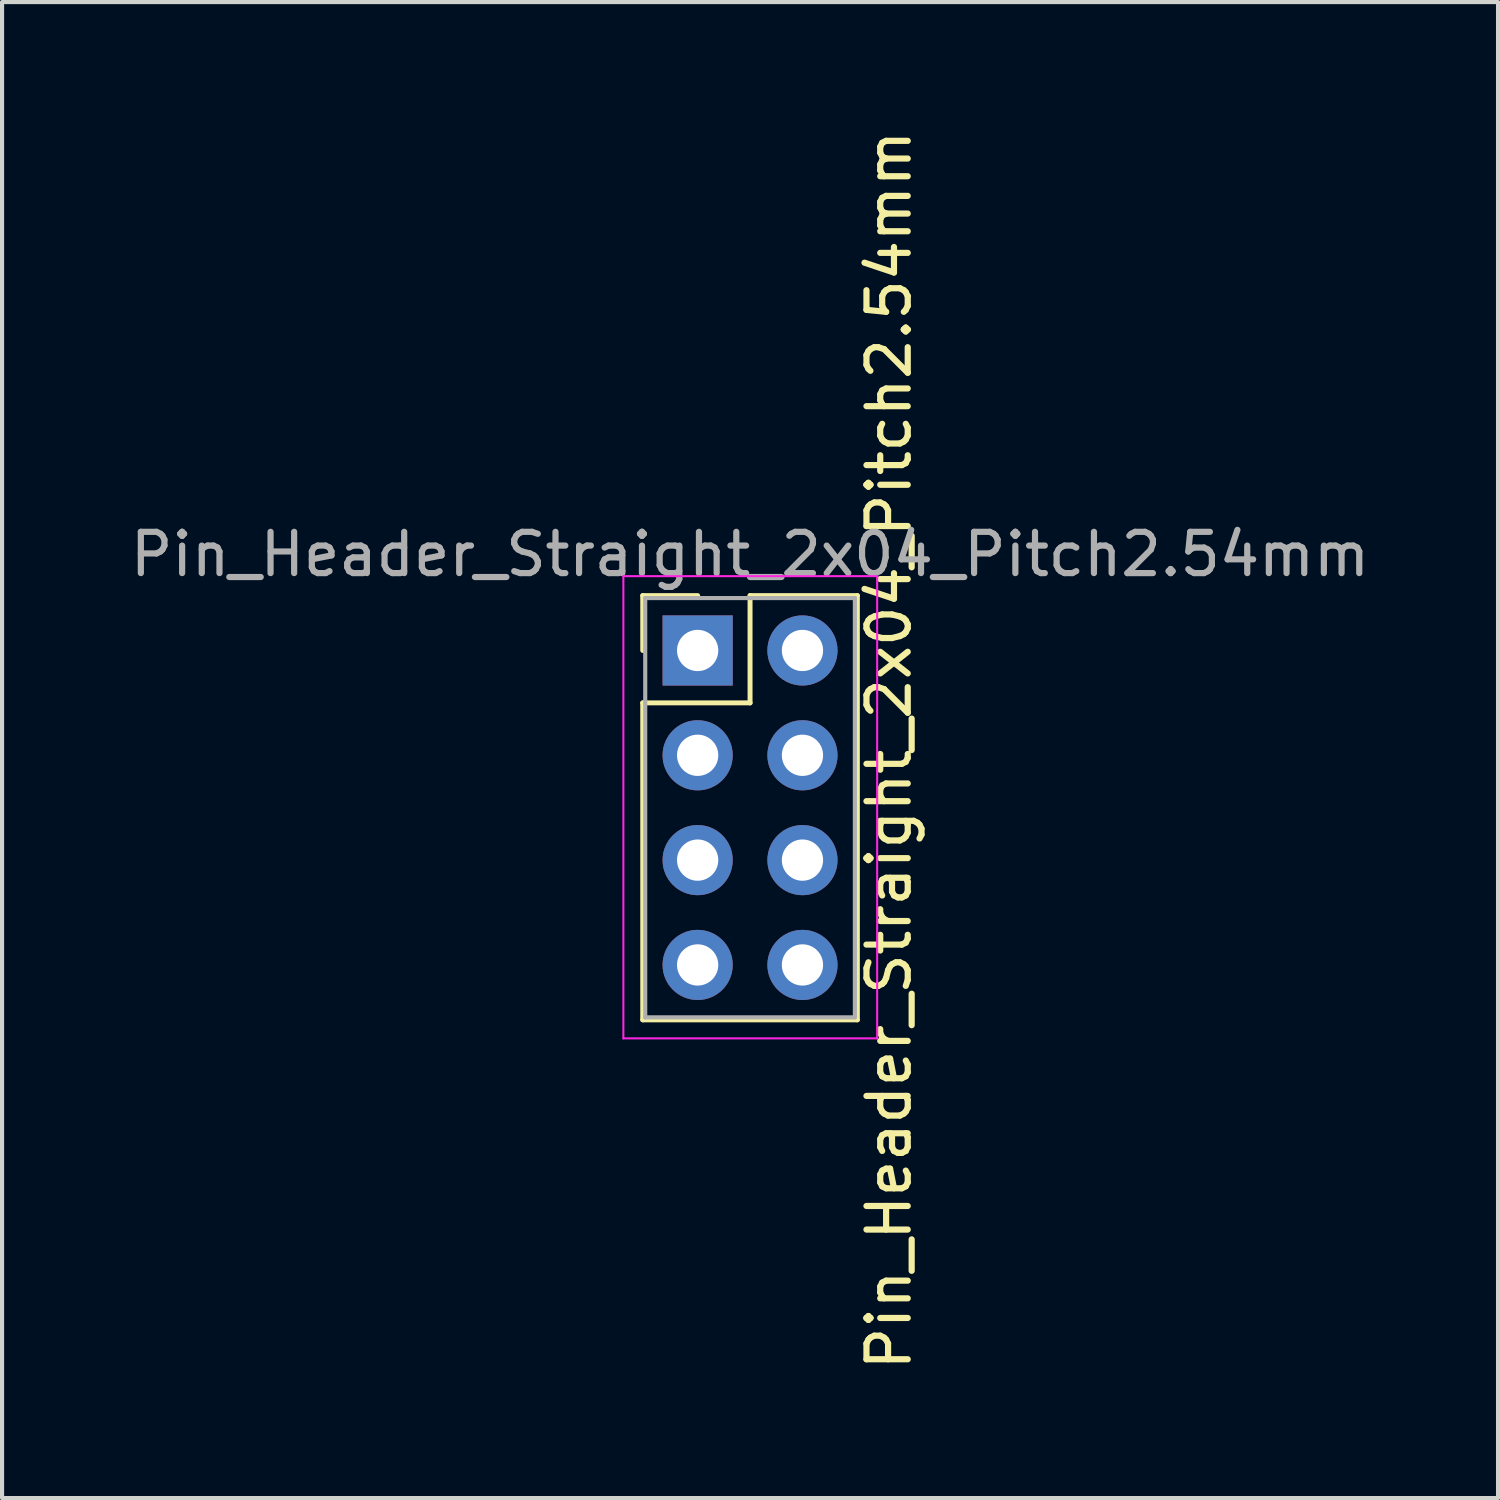
<source format=kicad_pcb>
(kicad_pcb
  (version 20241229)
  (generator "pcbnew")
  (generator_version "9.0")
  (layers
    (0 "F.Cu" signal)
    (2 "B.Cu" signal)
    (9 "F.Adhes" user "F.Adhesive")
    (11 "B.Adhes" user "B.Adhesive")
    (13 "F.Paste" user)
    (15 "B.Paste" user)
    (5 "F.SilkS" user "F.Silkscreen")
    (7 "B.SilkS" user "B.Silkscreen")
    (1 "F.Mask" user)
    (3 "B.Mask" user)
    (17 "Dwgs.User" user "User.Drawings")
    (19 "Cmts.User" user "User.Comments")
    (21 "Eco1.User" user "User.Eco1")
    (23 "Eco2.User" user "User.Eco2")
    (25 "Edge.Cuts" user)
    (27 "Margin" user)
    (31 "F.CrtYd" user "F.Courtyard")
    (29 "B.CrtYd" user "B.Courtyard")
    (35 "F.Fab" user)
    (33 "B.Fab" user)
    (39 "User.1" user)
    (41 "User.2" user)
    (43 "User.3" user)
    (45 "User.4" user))
  (footprint "Pin_Header_Straight_2x04_Pitch2.54mm"
    (layer "F.Cu")
    (at 13.855 12.712)
    (property "Reference" "Pin_Header_Straight_2x04_Pitch2.54mm" (at 4.636 2.413 90) (layer "F.SilkS") (effects (font (size 1 1) (thickness 0.15))))
    (attr through_hole)
    (fp_line (start -1.33 -1.33) (end 0 -1.33) (stroke (width 0.12) (type solid)) (layer "F.SilkS"))
    (fp_line (start -1.33 0) (end -1.33 -1.33) (stroke (width 0.12) (type solid)) (layer "F.SilkS"))
    (fp_line (start -1.33 1.27) (end -1.33 8.95) (stroke (width 0.12) (type solid)) (layer "F.SilkS"))
    (fp_line (start -1.33 8.95) (end 3.87 8.95) (stroke (width 0.12) (type solid)) (layer "F.SilkS"))
    (fp_line (start 1.27 -1.33) (end 1.27 1.27) (stroke (width 0.12) (type solid)) (layer "F.SilkS"))
    (fp_line (start 1.27 1.27) (end -1.33 1.27) (stroke (width 0.12) (type solid)) (layer "F.SilkS"))
    (fp_line (start 3.87 -1.33) (end 1.27 -1.33) (stroke (width 0.12) (type solid)) (layer "F.SilkS"))
    (fp_line (start 3.87 8.95) (end 3.87 -1.33) (stroke (width 0.12) (type solid)) (layer "F.SilkS"))
    (fp_line (start -1.8 -1.8) (end -1.8 9.4) (stroke (width 0.05) (type solid)) (layer "F.CrtYd"))
    (fp_line (start -1.8 9.4) (end 4.35 9.4) (stroke (width 0.05) (type solid)) (layer "F.CrtYd"))
    (fp_line (start 4.35 -1.8) (end -1.8 -1.8) (stroke (width 0.05) (type solid)) (layer "F.CrtYd"))
    (fp_line (start 4.35 9.4) (end 4.35 -1.8) (stroke (width 0.05) (type solid)) (layer "F.CrtYd"))
    (fp_line (start -1.27 -1.27) (end -1.27 8.89) (stroke (width 0.1) (type solid)) (layer "F.Fab"))
    (fp_line (start -1.27 8.89) (end 3.81 8.89) (stroke (width 0.1) (type solid)) (layer "F.Fab"))
    (fp_line (start 3.81 -1.27) (end -1.27 -1.27) (stroke (width 0.1) (type solid)) (layer "F.Fab"))
    (fp_line (start 3.81 8.89) (end 3.81 -1.27) (stroke (width 0.1) (type solid)) (layer "F.Fab"))
    (fp_text user "${REFERENCE}" (at 1.27 -2.33 0) (layer "F.Fab") (effects (font (size 1 1) (thickness 0.15))))
    (pad "1" thru_hole rect (at 0 0) (size 1.7 1.7) (drill 1) (layers "*.Cu" "*.Mask"))
    (pad "2" thru_hole oval (at 2.54 0) (size 1.7 1.7) (drill 1) (layers "*.Cu" "*.Mask"))
    (pad "3" thru_hole oval (at 0 2.54) (size 1.7 1.7) (drill 1) (layers "*.Cu" "*.Mask"))
    (pad "4" thru_hole oval (at 2.54 2.54) (size 1.7 1.7) (drill 1) (layers "*.Cu" "*.Mask"))
    (pad "5" thru_hole oval (at 0 5.08) (size 1.7 1.7) (drill 1) (layers "*.Cu" "*.Mask"))
    (pad "6" thru_hole oval (at 2.54 5.08) (size 1.7 1.7) (drill 1) (layers "*.Cu" "*.Mask"))
    (pad "7" thru_hole oval (at 0 7.62) (size 1.7 1.7) (drill 1) (layers "*.Cu" "*.Mask"))
    (pad "8" thru_hole oval (at 2.54 7.62) (size 1.7 1.7) (drill 1) (layers "*.Cu" "*.Mask")))
  (gr_rect
    (start -3 -3)
    (end 33.25 33.25)
    (stroke (width 0.1) (type default))
    (fill no)
    (layer "Edge.Cuts")))
</source>
